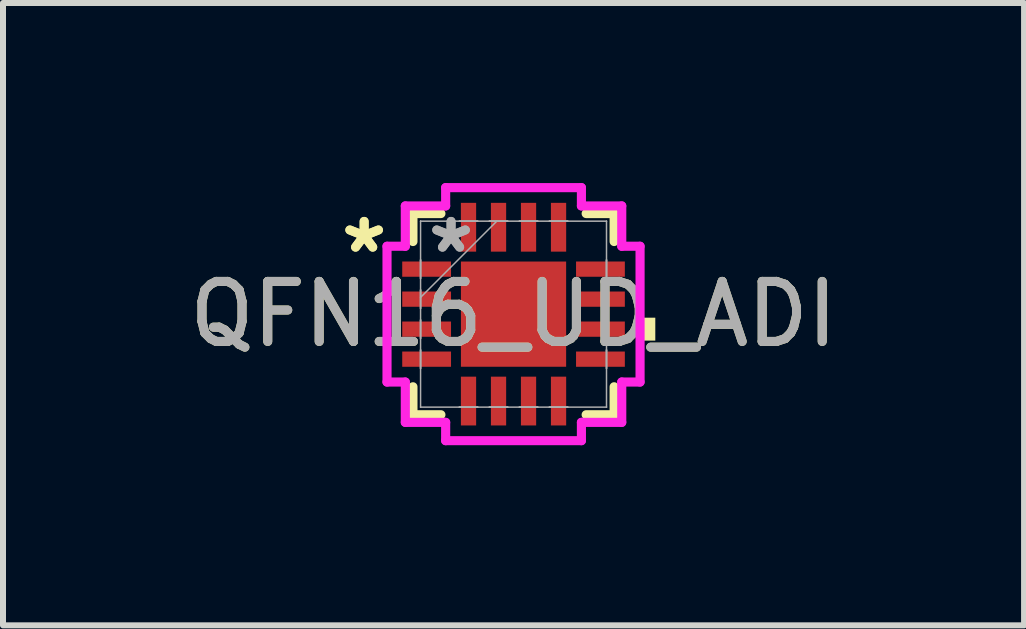
<source format=kicad_pcb>
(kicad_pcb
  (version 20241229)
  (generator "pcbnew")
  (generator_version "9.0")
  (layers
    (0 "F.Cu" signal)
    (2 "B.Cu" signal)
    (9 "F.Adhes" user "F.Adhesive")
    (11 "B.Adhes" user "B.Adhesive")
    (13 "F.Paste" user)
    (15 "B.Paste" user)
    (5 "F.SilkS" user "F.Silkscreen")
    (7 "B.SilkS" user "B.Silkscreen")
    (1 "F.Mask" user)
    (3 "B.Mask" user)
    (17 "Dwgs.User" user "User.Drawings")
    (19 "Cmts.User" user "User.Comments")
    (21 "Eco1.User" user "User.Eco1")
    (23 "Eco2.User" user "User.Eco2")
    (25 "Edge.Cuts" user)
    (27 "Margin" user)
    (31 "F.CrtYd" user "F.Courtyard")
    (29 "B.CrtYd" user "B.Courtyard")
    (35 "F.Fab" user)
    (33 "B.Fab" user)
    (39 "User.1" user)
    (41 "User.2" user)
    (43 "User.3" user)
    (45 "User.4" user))
  (footprint "QFN16_UD_ADI"
    (layer "F.Cu")
    (at 5.506 2.184)
    (property "Reference" "QFN16_UD_ADI" (at 0 0 0) (unlocked yes) (layer "F.SilkS") (effects (font (size 1 1) (thickness 0.15))))
    (attr smd)
    (fp_line (start -1.676 -1.676) (end -1.676 -1.21) (stroke (width 0.152) (type solid)) (layer "F.SilkS"))
    (fp_line (start -1.676 1.21) (end -1.676 1.676) (stroke (width 0.152) (type solid)) (layer "F.SilkS"))
    (fp_line (start -1.676 1.676) (end -1.21 1.676) (stroke (width 0.152) (type solid)) (layer "F.SilkS"))
    (fp_line (start -1.21 -1.676) (end -1.676 -1.676) (stroke (width 0.152) (type solid)) (layer "F.SilkS"))
    (fp_line (start 1.21 1.676) (end 1.676 1.676) (stroke (width 0.152) (type solid)) (layer "F.SilkS"))
    (fp_line (start 1.676 -1.676) (end 1.21 -1.676) (stroke (width 0.152) (type solid)) (layer "F.SilkS"))
    (fp_line (start 1.676 -1.21) (end 1.676 -1.676) (stroke (width 0.152) (type solid)) (layer "F.SilkS"))
    (fp_line (start 1.676 1.676) (end 1.676 1.21) (stroke (width 0.152) (type solid)) (layer "F.SilkS"))
    (fp_poly (pts (xy 2.362 0.059) (xy 2.362 0.441) (xy 2.108 0.441) (xy 2.108 0.059)) (stroke (width 0) (type solid)) (fill yes) (layer "F.SilkS"))
    (fp_line (start -2.108 -1.131) (end -1.803 -1.131) (stroke (width 0.152) (type solid)) (layer "F.CrtYd"))
    (fp_line (start -2.108 1.131) (end -2.108 -1.131) (stroke (width 0.152) (type solid)) (layer "F.CrtYd"))
    (fp_line (start -1.803 -1.803) (end -1.131 -1.803) (stroke (width 0.152) (type solid)) (layer "F.CrtYd"))
    (fp_line (start -1.803 -1.131) (end -1.803 -1.803) (stroke (width 0.152) (type solid)) (layer "F.CrtYd"))
    (fp_line (start -1.803 1.131) (end -2.108 1.131) (stroke (width 0.152) (type solid)) (layer "F.CrtYd"))
    (fp_line (start -1.803 1.803) (end -1.803 1.131) (stroke (width 0.152) (type solid)) (layer "F.CrtYd"))
    (fp_line (start -1.131 -2.108) (end 1.131 -2.108) (stroke (width 0.152) (type solid)) (layer "F.CrtYd"))
    (fp_line (start -1.131 -1.803) (end -1.131 -2.108) (stroke (width 0.152) (type solid)) (layer "F.CrtYd"))
    (fp_line (start -1.131 1.803) (end -1.803 1.803) (stroke (width 0.152) (type solid)) (layer "F.CrtYd"))
    (fp_line (start -1.131 2.108) (end -1.131 1.803) (stroke (width 0.152) (type solid)) (layer "F.CrtYd"))
    (fp_line (start 1.131 -2.108) (end 1.131 -1.803) (stroke (width 0.152) (type solid)) (layer "F.CrtYd"))
    (fp_line (start 1.131 -1.803) (end 1.803 -1.803) (stroke (width 0.152) (type solid)) (layer "F.CrtYd"))
    (fp_line (start 1.131 1.803) (end 1.131 2.108) (stroke (width 0.152) (type solid)) (layer "F.CrtYd"))
    (fp_line (start 1.131 2.108) (end -1.131 2.108) (stroke (width 0.152) (type solid)) (layer "F.CrtYd"))
    (fp_line (start 1.803 -1.803) (end 1.803 -1.131) (stroke (width 0.152) (type solid)) (layer "F.CrtYd"))
    (fp_line (start 1.803 -1.131) (end 2.108 -1.131) (stroke (width 0.152) (type solid)) (layer "F.CrtYd"))
    (fp_line (start 1.803 1.131) (end 1.803 1.803) (stroke (width 0.152) (type solid)) (layer "F.CrtYd"))
    (fp_line (start 1.803 1.803) (end 1.131 1.803) (stroke (width 0.152) (type solid)) (layer "F.CrtYd"))
    (fp_line (start 2.108 -1.131) (end 2.108 1.131) (stroke (width 0.152) (type solid)) (layer "F.CrtYd"))
    (fp_line (start 2.108 1.131) (end 1.803 1.131) (stroke (width 0.152) (type solid)) (layer "F.CrtYd"))
    (fp_line (start -1.549 -1.549) (end -1.549 -1.549) (stroke (width 0.025) (type solid)) (layer "F.Fab"))
    (fp_line (start -1.549 -1.549) (end -1.549 1.549) (stroke (width 0.025) (type solid)) (layer "F.Fab"))
    (fp_line (start -1.549 -0.902) (end -1.549 -0.902) (stroke (width 0.025) (type solid)) (layer "F.Fab"))
    (fp_line (start -1.549 -0.902) (end -1.549 -0.598) (stroke (width 0.025) (type solid)) (layer "F.Fab"))
    (fp_line (start -1.549 -0.598) (end -1.549 -0.902) (stroke (width 0.025) (type solid)) (layer "F.Fab"))
    (fp_line (start -1.549 -0.598) (end -1.549 -0.598) (stroke (width 0.025) (type solid)) (layer "F.Fab"))
    (fp_line (start -1.549 -0.402) (end -1.549 -0.402) (stroke (width 0.025) (type solid)) (layer "F.Fab"))
    (fp_line (start -1.549 -0.402) (end -1.549 -0.098) (stroke (width 0.025) (type solid)) (layer "F.Fab"))
    (fp_line (start -1.549 -0.279) (end -0.279 -1.549) (stroke (width 0.025) (type solid)) (layer "F.Fab"))
    (fp_line (start -1.549 -0.098) (end -1.549 -0.402) (stroke (width 0.025) (type solid)) (layer "F.Fab"))
    (fp_line (start -1.549 -0.098) (end -1.549 -0.098) (stroke (width 0.025) (type solid)) (layer "F.Fab"))
    (fp_line (start -1.549 0.098) (end -1.549 0.098) (stroke (width 0.025) (type solid)) (layer "F.Fab"))
    (fp_line (start -1.549 0.098) (end -1.549 0.402) (stroke (width 0.025) (type solid)) (layer "F.Fab"))
    (fp_line (start -1.549 0.402) (end -1.549 0.098) (stroke (width 0.025) (type solid)) (layer "F.Fab"))
    (fp_line (start -1.549 0.402) (end -1.549 0.402) (stroke (width 0.025) (type solid)) (layer "F.Fab"))
    (fp_line (start -1.549 0.598) (end -1.549 0.598) (stroke (width 0.025) (type solid)) (layer "F.Fab"))
    (fp_line (start -1.549 0.598) (end -1.549 0.902) (stroke (width 0.025) (type solid)) (layer "F.Fab"))
    (fp_line (start -1.549 0.902) (end -1.549 0.598) (stroke (width 0.025) (type solid)) (layer "F.Fab"))
    (fp_line (start -1.549 0.902) (end -1.549 0.902) (stroke (width 0.025) (type solid)) (layer "F.Fab"))
    (fp_line (start -1.549 1.549) (end -1.549 1.549) (stroke (width 0.025) (type solid)) (layer "F.Fab"))
    (fp_line (start -1.549 1.549) (end 1.549 1.549) (stroke (width 0.025) (type solid)) (layer "F.Fab"))
    (fp_line (start -0.902 -1.549) (end -0.902 -1.549) (stroke (width 0.025) (type solid)) (layer "F.Fab"))
    (fp_line (start -0.902 -1.549) (end -0.598 -1.549) (stroke (width 0.025) (type solid)) (layer "F.Fab"))
    (fp_line (start -0.902 1.549) (end -0.902 1.549) (stroke (width 0.025) (type solid)) (layer "F.Fab"))
    (fp_line (start -0.902 1.549) (end -0.598 1.549) (stroke (width 0.025) (type solid)) (layer "F.Fab"))
    (fp_line (start -0.598 -1.549) (end -0.902 -1.549) (stroke (width 0.025) (type solid)) (layer "F.Fab"))
    (fp_line (start -0.598 -1.549) (end -0.598 -1.549) (stroke (width 0.025) (type solid)) (layer "F.Fab"))
    (fp_line (start -0.598 1.549) (end -0.902 1.549) (stroke (width 0.025) (type solid)) (layer "F.Fab"))
    (fp_line (start -0.598 1.549) (end -0.598 1.549) (stroke (width 0.025) (type solid)) (layer "F.Fab"))
    (fp_line (start -0.402 -1.549) (end -0.402 -1.549) (stroke (width 0.025) (type solid)) (layer "F.Fab"))
    (fp_line (start -0.402 -1.549) (end -0.098 -1.549) (stroke (width 0.025) (type solid)) (layer "F.Fab"))
    (fp_line (start -0.402 1.549) (end -0.402 1.549) (stroke (width 0.025) (type solid)) (layer "F.Fab"))
    (fp_line (start -0.402 1.549) (end -0.098 1.549) (stroke (width 0.025) (type solid)) (layer "F.Fab"))
    (fp_line (start -0.098 -1.549) (end -0.402 -1.549) (stroke (width 0.025) (type solid)) (layer "F.Fab"))
    (fp_line (start -0.098 -1.549) (end -0.098 -1.549) (stroke (width 0.025) (type solid)) (layer "F.Fab"))
    (fp_line (start -0.098 1.549) (end -0.402 1.549) (stroke (width 0.025) (type solid)) (layer "F.Fab"))
    (fp_line (start -0.098 1.549) (end -0.098 1.549) (stroke (width 0.025) (type solid)) (layer "F.Fab"))
    (fp_line (start 0.098 -1.549) (end 0.098 -1.549) (stroke (width 0.025) (type solid)) (layer "F.Fab"))
    (fp_line (start 0.098 -1.549) (end 0.402 -1.549) (stroke (width 0.025) (type solid)) (layer "F.Fab"))
    (fp_line (start 0.098 1.549) (end 0.098 1.549) (stroke (width 0.025) (type solid)) (layer "F.Fab"))
    (fp_line (start 0.098 1.549) (end 0.402 1.549) (stroke (width 0.025) (type solid)) (layer "F.Fab"))
    (fp_line (start 0.402 -1.549) (end 0.098 -1.549) (stroke (width 0.025) (type solid)) (layer "F.Fab"))
    (fp_line (start 0.402 -1.549) (end 0.402 -1.549) (stroke (width 0.025) (type solid)) (layer "F.Fab"))
    (fp_line (start 0.402 1.549) (end 0.098 1.549) (stroke (width 0.025) (type solid)) (layer "F.Fab"))
    (fp_line (start 0.402 1.549) (end 0.402 1.549) (stroke (width 0.025) (type solid)) (layer "F.Fab"))
    (fp_line (start 0.598 -1.549) (end 0.598 -1.549) (stroke (width 0.025) (type solid)) (layer "F.Fab"))
    (fp_line (start 0.598 -1.549) (end 0.902 -1.549) (stroke (width 0.025) (type solid)) (layer "F.Fab"))
    (fp_line (start 0.598 1.549) (end 0.598 1.549) (stroke (width 0.025) (type solid)) (layer "F.Fab"))
    (fp_line (start 0.598 1.549) (end 0.902 1.549) (stroke (width 0.025) (type solid)) (layer "F.Fab"))
    (fp_line (start 0.902 -1.549) (end 0.598 -1.549) (stroke (width 0.025) (type solid)) (layer "F.Fab"))
    (fp_line (start 0.902 -1.549) (end 0.902 -1.549) (stroke (width 0.025) (type solid)) (layer "F.Fab"))
    (fp_line (start 0.902 1.549) (end 0.598 1.549) (stroke (width 0.025) (type solid)) (layer "F.Fab"))
    (fp_line (start 0.902 1.549) (end 0.902 1.549) (stroke (width 0.025) (type solid)) (layer "F.Fab"))
    (fp_line (start 1.549 -1.549) (end -1.549 -1.549) (stroke (width 0.025) (type solid)) (layer "F.Fab"))
    (fp_line (start 1.549 -1.549) (end 1.549 -1.549) (stroke (width 0.025) (type solid)) (layer "F.Fab"))
    (fp_line (start 1.549 -0.902) (end 1.549 -0.902) (stroke (width 0.025) (type solid)) (layer "F.Fab"))
    (fp_line (start 1.549 -0.902) (end 1.549 -0.598) (stroke (width 0.025) (type solid)) (layer "F.Fab"))
    (fp_line (start 1.549 -0.598) (end 1.549 -0.902) (stroke (width 0.025) (type solid)) (layer "F.Fab"))
    (fp_line (start 1.549 -0.598) (end 1.549 -0.598) (stroke (width 0.025) (type solid)) (layer "F.Fab"))
    (fp_line (start 1.549 -0.402) (end 1.549 -0.402) (stroke (width 0.025) (type solid)) (layer "F.Fab"))
    (fp_line (start 1.549 -0.402) (end 1.549 -0.098) (stroke (width 0.025) (type solid)) (layer "F.Fab"))
    (fp_line (start 1.549 -0.098) (end 1.549 -0.402) (stroke (width 0.025) (type solid)) (layer "F.Fab"))
    (fp_line (start 1.549 -0.098) (end 1.549 -0.098) (stroke (width 0.025) (type solid)) (layer "F.Fab"))
    (fp_line (start 1.549 0.098) (end 1.549 0.098) (stroke (width 0.025) (type solid)) (layer "F.Fab"))
    (fp_line (start 1.549 0.098) (end 1.549 0.402) (stroke (width 0.025) (type solid)) (layer "F.Fab"))
    (fp_line (start 1.549 0.402) (end 1.549 0.098) (stroke (width 0.025) (type solid)) (layer "F.Fab"))
    (fp_line (start 1.549 0.402) (end 1.549 0.402) (stroke (width 0.025) (type solid)) (layer "F.Fab"))
    (fp_line (start 1.549 0.598) (end 1.549 0.598) (stroke (width 0.025) (type solid)) (layer "F.Fab"))
    (fp_line (start 1.549 0.598) (end 1.549 0.902) (stroke (width 0.025) (type solid)) (layer "F.Fab"))
    (fp_line (start 1.549 0.902) (end 1.549 0.598) (stroke (width 0.025) (type solid)) (layer "F.Fab"))
    (fp_line (start 1.549 0.902) (end 1.549 0.902) (stroke (width 0.025) (type solid)) (layer "F.Fab"))
    (fp_line (start 1.549 1.549) (end 1.549 -1.549) (stroke (width 0.025) (type solid)) (layer "F.Fab"))
    (fp_line (start 1.549 1.549) (end 1.549 1.549) (stroke (width 0.025) (type solid)) (layer "F.Fab"))
    (fp_text user "*" (at -2.489 -1 0) (unlocked yes) (layer "F.SilkS") (effects (font (size 1 1) (thickness 0.15))))
    (fp_text user "*" (at -2.489 -1 0) (layer "F.SilkS") (effects (font (size 1 1) (thickness 0.15))))
    (fp_text user "*" (at -1.041 -1 0) (unlocked yes) (layer "F.Fab") (effects (font (size 1 1) (thickness 0.15))))
    (fp_text user "${REFERENCE}" (at 0 0 0) (unlocked yes) (layer "F.Fab") (effects (font (size 1 1) (thickness 0.15))))
    (fp_text user "*" (at -1.041 -1 0) (layer "F.Fab") (effects (font (size 1 1) (thickness 0.15))))
    (pad "1" smd rect (at -1.448 -0.75 90) (size 0.254 0.813) (layers "F.Cu" "F.Mask" "F.Paste"))
    (pad "2" smd rect (at -1.448 -0.25 90) (size 0.254 0.813) (layers "F.Cu" "F.Mask" "F.Paste"))
    (pad "3" smd rect (at -1.448 0.25 90) (size 0.254 0.813) (layers "F.Cu" "F.Mask" "F.Paste"))
    (pad "4" smd rect (at -1.448 0.75 90) (size 0.254 0.813) (layers "F.Cu" "F.Mask" "F.Paste"))
    (pad "5" smd rect (at -0.75 1.448) (size 0.254 0.813) (layers "F.Cu" "F.Mask" "F.Paste"))
    (pad "6" smd rect (at -0.25 1.448) (size 0.254 0.813) (layers "F.Cu" "F.Mask" "F.Paste"))
    (pad "7" smd rect (at 0.25 1.448) (size 0.254 0.813) (layers "F.Cu" "F.Mask" "F.Paste"))
    (pad "8" smd rect (at 0.75 1.448) (size 0.254 0.813) (layers "F.Cu" "F.Mask" "F.Paste"))
    (pad "9" smd rect (at 1.448 0.75 90) (size 0.254 0.813) (layers "F.Cu" "F.Mask" "F.Paste"))
    (pad "10" smd rect (at 1.448 0.25 90) (size 0.254 0.813) (layers "F.Cu" "F.Mask" "F.Paste"))
    (pad "11" smd rect (at 1.448 -0.25 90) (size 0.254 0.813) (layers "F.Cu" "F.Mask" "F.Paste"))
    (pad "12" smd rect (at 1.448 -0.75 90) (size 0.254 0.813) (layers "F.Cu" "F.Mask" "F.Paste"))
    (pad "13" smd rect (at 0.75 -1.448) (size 0.254 0.813) (layers "F.Cu" "F.Mask" "F.Paste"))
    (pad "14" smd rect (at 0.25 -1.448) (size 0.254 0.813) (layers "F.Cu" "F.Mask" "F.Paste"))
    (pad "15" smd rect (at -0.25 -1.448) (size 0.254 0.813) (layers "F.Cu" "F.Mask" "F.Paste"))
    (pad "16" smd rect (at -0.75 -1.448) (size 0.254 0.813) (layers "F.Cu" "F.Mask" "F.Paste"))
    (pad "17" smd rect (at 0 0) (size 1.753 1.753) (layers "F.Cu" "F.Mask" "F.Paste")))
  (gr_rect
    (start -3 -3)
    (end 14.012 7.369)
    (stroke (width 0.1) (type default))
    (fill no)
    (layer "Edge.Cuts")))
</source>
